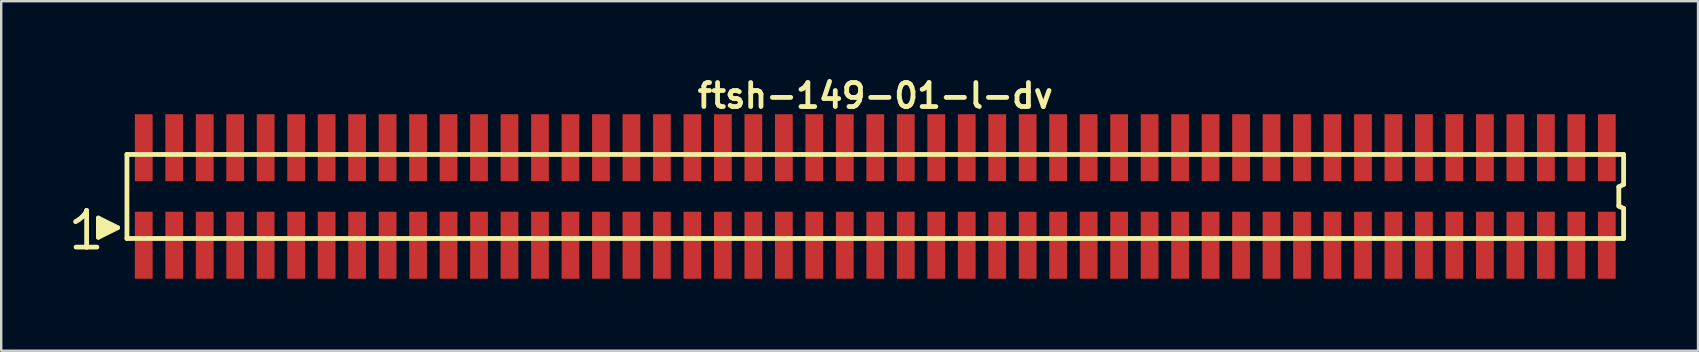
<source format=kicad_pcb>
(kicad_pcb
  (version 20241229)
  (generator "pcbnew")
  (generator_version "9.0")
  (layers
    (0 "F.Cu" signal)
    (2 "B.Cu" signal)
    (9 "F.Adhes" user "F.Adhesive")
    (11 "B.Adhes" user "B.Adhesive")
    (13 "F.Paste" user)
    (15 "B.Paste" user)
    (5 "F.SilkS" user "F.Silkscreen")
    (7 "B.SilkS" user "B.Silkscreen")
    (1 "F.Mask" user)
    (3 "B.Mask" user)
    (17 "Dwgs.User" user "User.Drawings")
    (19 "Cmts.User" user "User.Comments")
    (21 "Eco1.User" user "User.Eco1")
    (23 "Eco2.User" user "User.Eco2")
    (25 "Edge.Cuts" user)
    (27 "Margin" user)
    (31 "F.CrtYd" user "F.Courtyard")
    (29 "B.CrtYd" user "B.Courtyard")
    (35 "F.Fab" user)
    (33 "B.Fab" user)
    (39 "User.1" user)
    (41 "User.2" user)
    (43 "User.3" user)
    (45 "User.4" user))
  (footprint "ftsh-149-01-l-dv"
    (layer "F.Cu")
    (at 33.419 5.136)
    (property "Reference" "ftsh-149-01-l-dv" (at 0 -4.2 0) (layer "F.SilkS") (effects (font (size 1 1) (thickness 0.2))))
    (attr smd)
    (fp_line (start -33.32 1.05) (end -33.19 0.97) (stroke (width 0.198) (type solid)) (layer "F.SilkS"))
    (fp_line (start -33.19 0.97) (end -33.03 0.84) (stroke (width 0.198) (type solid)) (layer "F.SilkS"))
    (fp_line (start -33.03 0.84) (end -32.89 0.67) (stroke (width 0.198) (type solid)) (layer "F.SilkS"))
    (fp_line (start -32.89 0.67) (end -32.86 0.58) (stroke (width 0.198) (type solid)) (layer "F.SilkS"))
    (fp_line (start -32.86 0.58) (end -32.86 2.11) (stroke (width 0.198) (type solid)) (layer "F.SilkS"))
    (fp_line (start -32.86 2.11) (end -33.3 2.11) (stroke (width 0.198) (type solid)) (layer "F.SilkS"))
    (fp_line (start -32.43 2.11) (end -32.87 2.11) (stroke (width 0.198) (type solid)) (layer "F.SilkS"))
    (fp_line (start -32.37 0.9) (end -31.57 1.3) (stroke (width 0.198) (type solid)) (layer "F.SilkS"))
    (fp_line (start -32.37 1.7) (end -32.37 0.9) (stroke (width 0.198) (type solid)) (layer "F.SilkS"))
    (fp_line (start -32.27 1.6) (end -32.27 1) (stroke (width 0.198) (type solid)) (layer "F.SilkS"))
    (fp_line (start -32.17 1.1) (end -32.17 1.5) (stroke (width 0.198) (type solid)) (layer "F.SilkS"))
    (fp_line (start -32.07 1.5) (end -32.07 1.1) (stroke (width 0.198) (type solid)) (layer "F.SilkS"))
    (fp_line (start -31.97 1.2) (end -31.97 1.4) (stroke (width 0.198) (type solid)) (layer "F.SilkS"))
    (fp_line (start -31.87 1.4) (end -31.87 1.2) (stroke (width 0.198) (type solid)) (layer "F.SilkS"))
    (fp_line (start -31.57 1.3) (end -32.37 1.7) (stroke (width 0.198) (type solid)) (layer "F.SilkS"))
    (fp_line (start -31.18 -1.75) (end -31.18 1.75) (stroke (width 0.2) (type solid)) (layer "F.SilkS"))
    (fp_line (start -31.18 -1.75) (end 31.18 -1.75) (stroke (width 0.2) (type solid)) (layer "F.SilkS"))
    (fp_line (start -31.18 1.75) (end 31.18 1.75) (stroke (width 0.2) (type solid)) (layer "F.SilkS"))
    (fp_line (start 30.98 -0.4) (end 30.98 0.4) (stroke (width 0.2) (type solid)) (layer "F.SilkS"))
    (fp_line (start 30.98 -0.4) (end 31.18 -0.5) (stroke (width 0.2) (type solid)) (layer "F.SilkS"))
    (fp_line (start 30.98 0.4) (end 31.18 0.5) (stroke (width 0.2) (type solid)) (layer "F.SilkS"))
    (fp_line (start 31.18 -0.5) (end 31.18 -1.75) (stroke (width 0.2) (type solid)) (layer "F.SilkS"))
    (fp_line (start 31.18 0.5) (end 31.18 1.75) (stroke (width 0.2) (type solid)) (layer "F.SilkS"))
    (pad "1" smd rect (at -30.48 2.032) (size 0.74 2.79) (layers "F.Cu" "F.Mask" "F.Paste"))
    (pad "2" smd rect (at -30.48 -2.032) (size 0.74 2.79) (layers "F.Cu" "F.Mask" "F.Paste"))
    (pad "3" smd rect (at -29.21 2.032) (size 0.74 2.79) (layers "F.Cu" "F.Mask" "F.Paste"))
    (pad "4" smd rect (at -29.21 -2.032) (size 0.74 2.79) (layers "F.Cu" "F.Mask" "F.Paste"))
    (pad "5" smd rect (at -27.94 2.032) (size 0.74 2.79) (layers "F.Cu" "F.Mask" "F.Paste"))
    (pad "6" smd rect (at -27.94 -2.032) (size 0.74 2.79) (layers "F.Cu" "F.Mask" "F.Paste"))
    (pad "7" smd rect (at -26.67 2.032) (size 0.74 2.79) (layers "F.Cu" "F.Mask" "F.Paste"))
    (pad "8" smd rect (at -26.67 -2.032) (size 0.74 2.79) (layers "F.Cu" "F.Mask" "F.Paste"))
    (pad "9" smd rect (at -25.4 2.032) (size 0.74 2.79) (layers "F.Cu" "F.Mask" "F.Paste"))
    (pad "10" smd rect (at -25.4 -2.032) (size 0.74 2.79) (layers "F.Cu" "F.Mask" "F.Paste"))
    (pad "11" smd rect (at -24.13 2.032) (size 0.74 2.79) (layers "F.Cu" "F.Mask" "F.Paste"))
    (pad "12" smd rect (at -24.13 -2.032) (size 0.74 2.79) (layers "F.Cu" "F.Mask" "F.Paste"))
    (pad "13" smd rect (at -22.86 2.032) (size 0.74 2.79) (layers "F.Cu" "F.Mask" "F.Paste"))
    (pad "14" smd rect (at -22.86 -2.032) (size 0.74 2.79) (layers "F.Cu" "F.Mask" "F.Paste"))
    (pad "15" smd rect (at -21.59 2.032) (size 0.74 2.79) (layers "F.Cu" "F.Mask" "F.Paste"))
    (pad "16" smd rect (at -21.59 -2.032) (size 0.74 2.79) (layers "F.Cu" "F.Mask" "F.Paste"))
    (pad "17" smd rect (at -20.32 2.032) (size 0.74 2.79) (layers "F.Cu" "F.Mask" "F.Paste"))
    (pad "18" smd rect (at -20.32 -2.032) (size 0.74 2.79) (layers "F.Cu" "F.Mask" "F.Paste"))
    (pad "19" smd rect (at -19.05 2.032) (size 0.74 2.79) (layers "F.Cu" "F.Mask" "F.Paste"))
    (pad "20" smd rect (at -19.05 -2.032) (size 0.74 2.79) (layers "F.Cu" "F.Mask" "F.Paste"))
    (pad "21" smd rect (at -17.78 2.032) (size 0.74 2.79) (layers "F.Cu" "F.Mask" "F.Paste"))
    (pad "22" smd rect (at -17.78 -2.032) (size 0.74 2.79) (layers "F.Cu" "F.Mask" "F.Paste"))
    (pad "23" smd rect (at -16.51 2.032) (size 0.74 2.79) (layers "F.Cu" "F.Mask" "F.Paste"))
    (pad "24" smd rect (at -16.51 -2.032) (size 0.74 2.79) (layers "F.Cu" "F.Mask" "F.Paste"))
    (pad "25" smd rect (at -15.24 2.032) (size 0.74 2.79) (layers "F.Cu" "F.Mask" "F.Paste"))
    (pad "26" smd rect (at -15.24 -2.032) (size 0.74 2.79) (layers "F.Cu" "F.Mask" "F.Paste"))
    (pad "27" smd rect (at -13.97 2.032) (size 0.74 2.79) (layers "F.Cu" "F.Mask" "F.Paste"))
    (pad "28" smd rect (at -13.97 -2.032) (size 0.74 2.79) (layers "F.Cu" "F.Mask" "F.Paste"))
    (pad "29" smd rect (at -12.7 2.032) (size 0.74 2.79) (layers "F.Cu" "F.Mask" "F.Paste"))
    (pad "30" smd rect (at -12.7 -2.032) (size 0.74 2.79) (layers "F.Cu" "F.Mask" "F.Paste"))
    (pad "31" smd rect (at -11.43 2.032) (size 0.74 2.79) (layers "F.Cu" "F.Mask" "F.Paste"))
    (pad "32" smd rect (at -11.43 -2.032) (size 0.74 2.79) (layers "F.Cu" "F.Mask" "F.Paste"))
    (pad "33" smd rect (at -10.16 2.032) (size 0.74 2.79) (layers "F.Cu" "F.Mask" "F.Paste"))
    (pad "34" smd rect (at -10.16 -2.032) (size 0.74 2.79) (layers "F.Cu" "F.Mask" "F.Paste"))
    (pad "35" smd rect (at -8.89 2.032) (size 0.74 2.79) (layers "F.Cu" "F.Mask" "F.Paste"))
    (pad "36" smd rect (at -8.89 -2.032) (size 0.74 2.79) (layers "F.Cu" "F.Mask" "F.Paste"))
    (pad "37" smd rect (at -7.62 2.032) (size 0.74 2.79) (layers "F.Cu" "F.Mask" "F.Paste"))
    (pad "38" smd rect (at -7.62 -2.032) (size 0.74 2.79) (layers "F.Cu" "F.Mask" "F.Paste"))
    (pad "39" smd rect (at -6.35 2.032) (size 0.74 2.79) (layers "F.Cu" "F.Mask" "F.Paste"))
    (pad "40" smd rect (at -6.35 -2.032) (size 0.74 2.79) (layers "F.Cu" "F.Mask" "F.Paste"))
    (pad "41" smd rect (at -5.08 2.032) (size 0.74 2.79) (layers "F.Cu" "F.Mask" "F.Paste"))
    (pad "42" smd rect (at -5.08 -2.032) (size 0.74 2.79) (layers "F.Cu" "F.Mask" "F.Paste"))
    (pad "43" smd rect (at -3.81 2.032) (size 0.74 2.79) (layers "F.Cu" "F.Mask" "F.Paste"))
    (pad "44" smd rect (at -3.81 -2.032) (size 0.74 2.79) (layers "F.Cu" "F.Mask" "F.Paste"))
    (pad "45" smd rect (at -2.54 2.032) (size 0.74 2.79) (layers "F.Cu" "F.Mask" "F.Paste"))
    (pad "46" smd rect (at -2.54 -2.032) (size 0.74 2.79) (layers "F.Cu" "F.Mask" "F.Paste"))
    (pad "47" smd rect (at -1.27 2.032) (size 0.74 2.79) (layers "F.Cu" "F.Mask" "F.Paste"))
    (pad "48" smd rect (at -1.27 -2.032) (size 0.74 2.79) (layers "F.Cu" "F.Mask" "F.Paste"))
    (pad "49" smd rect (at 0 2.032) (size 0.74 2.79) (layers "F.Cu" "F.Mask" "F.Paste"))
    (pad "50" smd rect (at 0 -2.032) (size 0.74 2.79) (layers "F.Cu" "F.Mask" "F.Paste"))
    (pad "51" smd rect (at 1.27 2.032) (size 0.74 2.79) (layers "F.Cu" "F.Mask" "F.Paste"))
    (pad "52" smd rect (at 1.27 -2.032) (size 0.74 2.79) (layers "F.Cu" "F.Mask" "F.Paste"))
    (pad "53" smd rect (at 2.54 2.032) (size 0.74 2.79) (layers "F.Cu" "F.Mask" "F.Paste"))
    (pad "54" smd rect (at 2.54 -2.032) (size 0.74 2.79) (layers "F.Cu" "F.Mask" "F.Paste"))
    (pad "55" smd rect (at 3.81 2.032) (size 0.74 2.79) (layers "F.Cu" "F.Mask" "F.Paste"))
    (pad "56" smd rect (at 3.81 -2.032) (size 0.74 2.79) (layers "F.Cu" "F.Mask" "F.Paste"))
    (pad "57" smd rect (at 5.08 2.032) (size 0.74 2.79) (layers "F.Cu" "F.Mask" "F.Paste"))
    (pad "58" smd rect (at 5.08 -2.032) (size 0.74 2.79) (layers "F.Cu" "F.Mask" "F.Paste"))
    (pad "59" smd rect (at 6.35 2.032) (size 0.74 2.79) (layers "F.Cu" "F.Mask" "F.Paste"))
    (pad "60" smd rect (at 6.35 -2.032) (size 0.74 2.79) (layers "F.Cu" "F.Mask" "F.Paste"))
    (pad "61" smd rect (at 7.62 2.032) (size 0.74 2.79) (layers "F.Cu" "F.Mask" "F.Paste"))
    (pad "62" smd rect (at 7.62 -2.032) (size 0.74 2.79) (layers "F.Cu" "F.Mask" "F.Paste"))
    (pad "63" smd rect (at 8.89 2.032) (size 0.74 2.79) (layers "F.Cu" "F.Mask" "F.Paste"))
    (pad "64" smd rect (at 8.89 -2.032) (size 0.74 2.79) (layers "F.Cu" "F.Mask" "F.Paste"))
    (pad "65" smd rect (at 10.16 2.032) (size 0.74 2.79) (layers "F.Cu" "F.Mask" "F.Paste"))
    (pad "66" smd rect (at 10.16 -2.032) (size 0.74 2.79) (layers "F.Cu" "F.Mask" "F.Paste"))
    (pad "67" smd rect (at 11.43 2.032) (size 0.74 2.79) (layers "F.Cu" "F.Mask" "F.Paste"))
    (pad "68" smd rect (at 11.43 -2.032) (size 0.74 2.79) (layers "F.Cu" "F.Mask" "F.Paste"))
    (pad "69" smd rect (at 12.7 2.032) (size 0.74 2.79) (layers "F.Cu" "F.Mask" "F.Paste"))
    (pad "70" smd rect (at 12.7 -2.032) (size 0.74 2.79) (layers "F.Cu" "F.Mask" "F.Paste"))
    (pad "71" smd rect (at 13.97 2.032) (size 0.74 2.79) (layers "F.Cu" "F.Mask" "F.Paste"))
    (pad "72" smd rect (at 13.97 -2.032) (size 0.74 2.79) (layers "F.Cu" "F.Mask" "F.Paste"))
    (pad "73" smd rect (at 15.24 2.032) (size 0.74 2.79) (layers "F.Cu" "F.Mask" "F.Paste"))
    (pad "74" smd rect (at 15.24 -2.032) (size 0.74 2.79) (layers "F.Cu" "F.Mask" "F.Paste"))
    (pad "75" smd rect (at 16.51 2.032) (size 0.74 2.79) (layers "F.Cu" "F.Mask" "F.Paste"))
    (pad "76" smd rect (at 16.51 -2.032) (size 0.74 2.79) (layers "F.Cu" "F.Mask" "F.Paste"))
    (pad "77" smd rect (at 17.78 2.032) (size 0.74 2.79) (layers "F.Cu" "F.Mask" "F.Paste"))
    (pad "78" smd rect (at 17.78 -2.032) (size 0.74 2.79) (layers "F.Cu" "F.Mask" "F.Paste"))
    (pad "79" smd rect (at 19.05 2.032) (size 0.74 2.79) (layers "F.Cu" "F.Mask" "F.Paste"))
    (pad "80" smd rect (at 19.05 -2.032) (size 0.74 2.79) (layers "F.Cu" "F.Mask" "F.Paste"))
    (pad "81" smd rect (at 20.32 2.032) (size 0.74 2.79) (layers "F.Cu" "F.Mask" "F.Paste"))
    (pad "82" smd rect (at 20.32 -2.032) (size 0.74 2.79) (layers "F.Cu" "F.Mask" "F.Paste"))
    (pad "83" smd rect (at 21.59 2.032) (size 0.74 2.79) (layers "F.Cu" "F.Mask" "F.Paste"))
    (pad "84" smd rect (at 21.59 -2.032) (size 0.74 2.79) (layers "F.Cu" "F.Mask" "F.Paste"))
    (pad "85" smd rect (at 22.86 2.032) (size 0.74 2.79) (layers "F.Cu" "F.Mask" "F.Paste"))
    (pad "86" smd rect (at 22.86 -2.032) (size 0.74 2.79) (layers "F.Cu" "F.Mask" "F.Paste"))
    (pad "87" smd rect (at 24.13 2.032) (size 0.74 2.79) (layers "F.Cu" "F.Mask" "F.Paste"))
    (pad "88" smd rect (at 24.13 -2.032) (size 0.74 2.79) (layers "F.Cu" "F.Mask" "F.Paste"))
    (pad "89" smd rect (at 25.4 2.032) (size 0.74 2.79) (layers "F.Cu" "F.Mask" "F.Paste"))
    (pad "90" smd rect (at 25.4 -2.032) (size 0.74 2.79) (layers "F.Cu" "F.Mask" "F.Paste"))
    (pad "91" smd rect (at 26.67 2.032) (size 0.74 2.79) (layers "F.Cu" "F.Mask" "F.Paste"))
    (pad "92" smd rect (at 26.67 -2.032) (size 0.74 2.79) (layers "F.Cu" "F.Mask" "F.Paste"))
    (pad "93" smd rect (at 27.94 2.032) (size 0.74 2.79) (layers "F.Cu" "F.Mask" "F.Paste"))
    (pad "94" smd rect (at 27.94 -2.032) (size 0.74 2.79) (layers "F.Cu" "F.Mask" "F.Paste"))
    (pad "95" smd rect (at 29.21 2.032) (size 0.74 2.79) (layers "F.Cu" "F.Mask" "F.Paste"))
    (pad "96" smd rect (at 29.21 -2.032) (size 0.74 2.79) (layers "F.Cu" "F.Mask" "F.Paste"))
    (pad "97" smd rect (at 30.48 2.032) (size 0.74 2.79) (layers "F.Cu" "F.Mask" "F.Paste"))
    (pad "98" smd rect (at 30.48 -2.032) (size 0.74 2.79) (layers "F.Cu" "F.Mask" "F.Paste")))
  (gr_rect
    (start -3 -3)
    (end 67.699 11.563)
    (stroke (width 0.1) (type default))
    (fill no)
    (layer "Edge.Cuts")))
</source>
